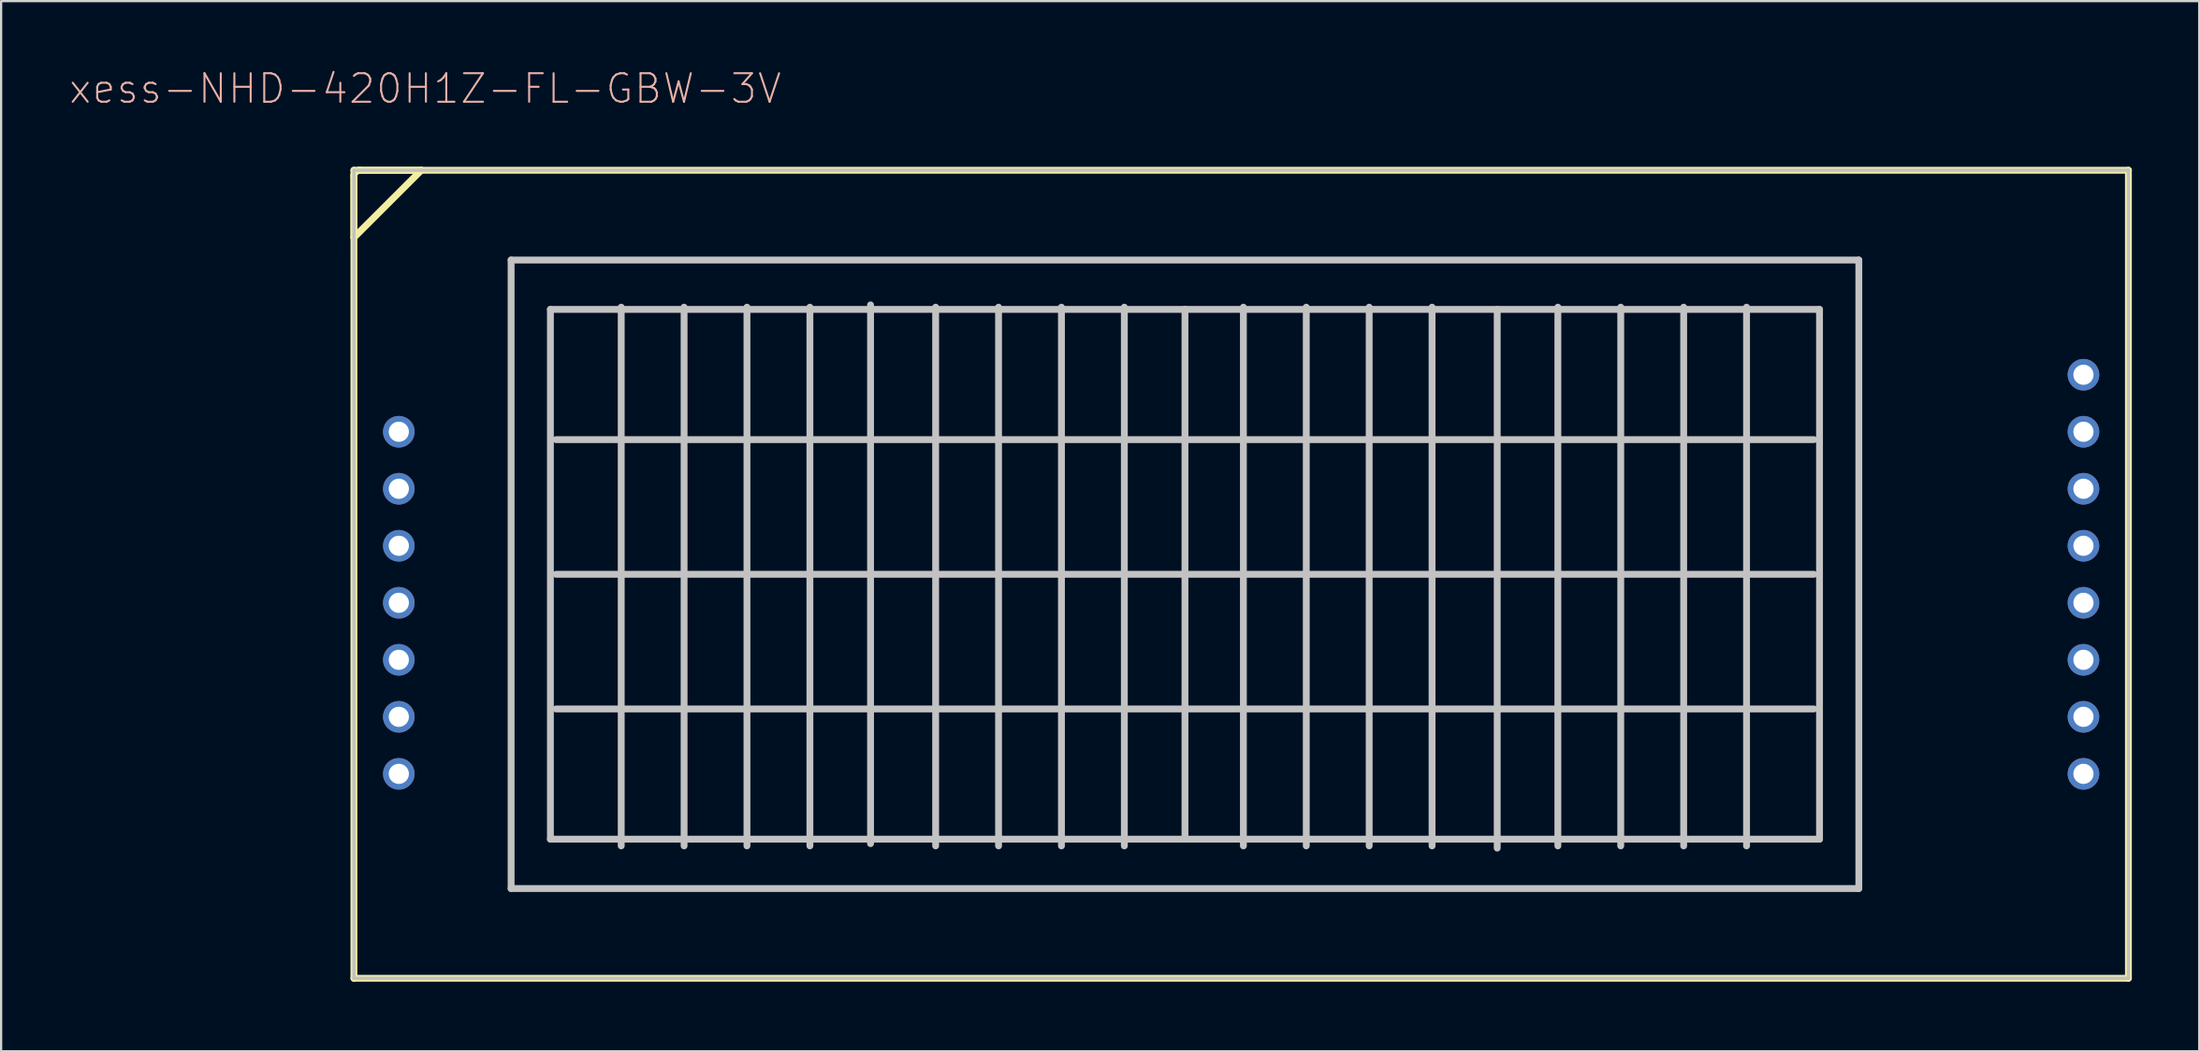
<source format=kicad_pcb>
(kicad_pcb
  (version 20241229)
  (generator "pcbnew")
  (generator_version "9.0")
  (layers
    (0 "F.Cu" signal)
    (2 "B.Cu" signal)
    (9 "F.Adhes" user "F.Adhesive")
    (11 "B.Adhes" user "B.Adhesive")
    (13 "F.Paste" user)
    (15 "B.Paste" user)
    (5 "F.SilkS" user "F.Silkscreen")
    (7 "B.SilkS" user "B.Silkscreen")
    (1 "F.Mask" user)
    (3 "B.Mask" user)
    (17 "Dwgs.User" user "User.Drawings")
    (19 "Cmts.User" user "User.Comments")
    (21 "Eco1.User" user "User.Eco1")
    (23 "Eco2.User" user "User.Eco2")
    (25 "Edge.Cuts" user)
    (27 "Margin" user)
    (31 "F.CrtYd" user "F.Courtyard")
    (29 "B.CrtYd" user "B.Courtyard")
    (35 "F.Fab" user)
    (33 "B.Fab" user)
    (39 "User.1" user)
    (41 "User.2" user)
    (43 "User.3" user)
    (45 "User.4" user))
  (footprint "xess-NHD-420H1Z-FL-GBW-3V"
    (layer "F.Cu")
    (at 12.706 40.533)
    (property "Reference" "xess-NHD-420H1Z-FL-GBW-3V" (at 3.175 -39.634 0) (layer "B.SilkS") (effects (font (size 1.27 1.27) (thickness 0.089))))
    (attr exclude_from_pos_files exclude_from_bom)
    (fp_line (start 0 -35.999) (end 0 0) (stroke (width 0.305) (type solid)) (layer "F.SilkS"))
    (fp_line (start 0 -35.745) (end 0 -33) (stroke (width 0.305) (type solid)) (layer "F.SilkS"))
    (fp_line (start 0 -33) (end 3 -35.999) (stroke (width 0.305) (type solid)) (layer "F.SilkS"))
    (fp_line (start 0 0) (end 78.999 0) (stroke (width 0.305) (type solid)) (layer "F.SilkS"))
    (fp_line (start 0.008 -35.811) (end 0 -35.745) (stroke (width 0.305) (type solid)) (layer "F.SilkS"))
    (fp_line (start 0.033 -35.872) (end 0.008 -35.811) (stroke (width 0.305) (type solid)) (layer "F.SilkS"))
    (fp_line (start 0.074 -35.923) (end 0.033 -35.872) (stroke (width 0.305) (type solid)) (layer "F.SilkS"))
    (fp_line (start 0.127 -35.964) (end 0.074 -35.923) (stroke (width 0.305) (type solid)) (layer "F.SilkS"))
    (fp_line (start 0.188 -35.989) (end 0.127 -35.964) (stroke (width 0.305) (type solid)) (layer "F.SilkS"))
    (fp_line (start 0.254 -35.999) (end 0.188 -35.989) (stroke (width 0.305) (type solid)) (layer "F.SilkS"))
    (fp_line (start 3 -35.999) (end 0.254 -35.999) (stroke (width 0.305) (type solid)) (layer "F.SilkS"))
    (fp_line (start 78.999 -35.999) (end 0 -35.999) (stroke (width 0.305) (type solid)) (layer "F.SilkS"))
    (fp_line (start 78.999 0) (end 78.999 -35.999) (stroke (width 0.305) (type solid)) (layer "F.SilkS"))
    (fp_line (start 0 -35.999) (end 0 0) (stroke (width 0.15) (type solid)) (layer "Dwgs.User"))
    (fp_line (start 0 0) (end 78.999 0) (stroke (width 0.15) (type solid)) (layer "Dwgs.User"))
    (fp_line (start 6.998 -31.999) (end 6.998 -3.998) (stroke (width 0.305) (type solid)) (layer "Dwgs.User"))
    (fp_line (start 6.998 -3.998) (end 66.998 -3.998) (stroke (width 0.305) (type solid)) (layer "Dwgs.User"))
    (fp_line (start 8.748 -29.799) (end 8.748 -6.198) (stroke (width 0.305) (type solid)) (layer "Dwgs.User"))
    (fp_line (start 8.748 -6.198) (end 36.998 -6.198) (stroke (width 0.305) (type solid)) (layer "Dwgs.User"))
    (fp_line (start 8.999 -23.998) (end 64.999 -23.998) (stroke (width 0.305) (type solid)) (layer "Dwgs.User"))
    (fp_line (start 8.999 -17.998) (end 64.999 -17.998) (stroke (width 0.305) (type solid)) (layer "Dwgs.User"))
    (fp_line (start 8.999 -11.999) (end 64.999 -11.999) (stroke (width 0.305) (type solid)) (layer "Dwgs.User"))
    (fp_line (start 11.9 -29.898) (end 11.9 -5.898) (stroke (width 0.305) (type solid)) (layer "Dwgs.User"))
    (fp_line (start 14.699 -29.898) (end 14.699 -5.898) (stroke (width 0.305) (type solid)) (layer "Dwgs.User"))
    (fp_line (start 17.498 -29.898) (end 17.498 -5.898) (stroke (width 0.305) (type solid)) (layer "Dwgs.User"))
    (fp_line (start 20.3 -29.898) (end 20.3 -5.898) (stroke (width 0.305) (type solid)) (layer "Dwgs.User"))
    (fp_line (start 23 -30) (end 23 -5.999) (stroke (width 0.305) (type solid)) (layer "Dwgs.User"))
    (fp_line (start 25.898 -29.898) (end 25.898 -5.898) (stroke (width 0.305) (type solid)) (layer "Dwgs.User"))
    (fp_line (start 28.699 -29.898) (end 28.699 -5.898) (stroke (width 0.305) (type solid)) (layer "Dwgs.User"))
    (fp_line (start 31.499 -29.898) (end 31.499 -5.898) (stroke (width 0.305) (type solid)) (layer "Dwgs.User"))
    (fp_line (start 34.298 -29.898) (end 34.298 -5.898) (stroke (width 0.305) (type solid)) (layer "Dwgs.User"))
    (fp_line (start 36.998 -29.799) (end 8.748 -29.799) (stroke (width 0.305) (type solid)) (layer "Dwgs.User"))
    (fp_line (start 36.998 -29.799) (end 36.998 -6.198) (stroke (width 0.305) (type solid)) (layer "Dwgs.User"))
    (fp_line (start 36.998 -6.198) (end 65.248 -6.198) (stroke (width 0.305) (type solid)) (layer "Dwgs.User"))
    (fp_line (start 39.599 -5.898) (end 39.599 -29.898) (stroke (width 0.305) (type solid)) (layer "Dwgs.User"))
    (fp_line (start 42.398 -5.898) (end 42.398 -29.898) (stroke (width 0.305) (type solid)) (layer "Dwgs.User"))
    (fp_line (start 45.199 -5.898) (end 45.199 -29.898) (stroke (width 0.305) (type solid)) (layer "Dwgs.User"))
    (fp_line (start 47.998 -5.898) (end 47.998 -29.898) (stroke (width 0.305) (type solid)) (layer "Dwgs.User"))
    (fp_line (start 50.899 -5.799) (end 50.899 -29.799) (stroke (width 0.305) (type solid)) (layer "Dwgs.User"))
    (fp_line (start 53.599 -5.898) (end 53.599 -29.898) (stroke (width 0.305) (type solid)) (layer "Dwgs.User"))
    (fp_line (start 56.398 -5.898) (end 56.398 -29.898) (stroke (width 0.305) (type solid)) (layer "Dwgs.User"))
    (fp_line (start 59.2 -5.898) (end 59.2 -29.898) (stroke (width 0.305) (type solid)) (layer "Dwgs.User"))
    (fp_line (start 61.999 -5.898) (end 61.999 -29.898) (stroke (width 0.305) (type solid)) (layer "Dwgs.User"))
    (fp_line (start 65.248 -29.799) (end 36.998 -29.799) (stroke (width 0.305) (type solid)) (layer "Dwgs.User"))
    (fp_line (start 65.248 -6.198) (end 65.248 -29.799) (stroke (width 0.305) (type solid)) (layer "Dwgs.User"))
    (fp_line (start 66.998 -31.999) (end 6.998 -31.999) (stroke (width 0.305) (type solid)) (layer "Dwgs.User"))
    (fp_line (start 66.998 -3.998) (end 66.998 -31.999) (stroke (width 0.305) (type solid)) (layer "Dwgs.User"))
    (fp_line (start 78.999 -35.999) (end 0 -35.999) (stroke (width 0.15) (type solid)) (layer "Dwgs.User"))
    (fp_line (start 78.999 0) (end 78.999 -35.999) (stroke (width 0.15) (type solid)) (layer "Dwgs.User"))
    (pad "1" thru_hole rect (at 1.999 -26.888) (size 0.001 0.001) (drill 0.899) (layers "*.Cu" "*.Mask"))
    (pad "2" thru_hole circle (at 1.999 -24.348) (size 1.407 1.407) (drill 0.899) (layers "*.Cu" "*.Mask"))
    (pad "3" thru_hole circle (at 1.999 -21.808) (size 1.407 1.407) (drill 0.899) (layers "*.Cu" "*.Mask"))
    (pad "4" thru_hole circle (at 1.999 -19.268) (size 1.407 1.407) (drill 0.899) (layers "*.Cu" "*.Mask"))
    (pad "5" thru_hole circle (at 1.999 -16.728) (size 1.407 1.407) (drill 0.899) (layers "*.Cu" "*.Mask"))
    (pad "6" thru_hole circle (at 1.999 -14.188) (size 1.407 1.407) (drill 0.899) (layers "*.Cu" "*.Mask"))
    (pad "7" thru_hole circle (at 1.999 -11.648) (size 1.407 1.407) (drill 0.899) (layers "*.Cu" "*.Mask"))
    (pad "8" thru_hole circle (at 1.999 -9.108) (size 1.407 1.407) (drill 0.899) (layers "*.Cu" "*.Mask"))
    (pad "9" thru_hole circle (at 76.998 -26.888) (size 1.407 1.407) (drill 0.899) (layers "*.Cu" "*.Mask"))
    (pad "10" thru_hole circle (at 76.998 -24.348) (size 1.407 1.407) (drill 0.899) (layers "*.Cu" "*.Mask"))
    (pad "11" thru_hole circle (at 76.998 -21.808) (size 1.407 1.407) (drill 0.899) (layers "*.Cu" "*.Mask"))
    (pad "12" thru_hole circle (at 76.998 -19.268) (size 1.407 1.407) (drill 0.899) (layers "*.Cu" "*.Mask"))
    (pad "13" thru_hole circle (at 76.998 -16.728) (size 1.407 1.407) (drill 0.899) (layers "*.Cu" "*.Mask"))
    (pad "14" thru_hole circle (at 76.998 -14.188) (size 1.407 1.407) (drill 0.899) (layers "*.Cu" "*.Mask"))
    (pad "15" thru_hole circle (at 76.998 -11.648) (size 1.407 1.407) (drill 0.899) (layers "*.Cu" "*.Mask"))
    (pad "16" thru_hole circle (at 76.998 -9.108) (size 1.407 1.407) (drill 0.899) (layers "*.Cu" "*.Mask")))
  (gr_rect
    (start -3 -3)
    (end 94.858 43.783)
    (stroke (width 0.1) (type default))
    (fill no)
    (layer "Edge.Cuts")))
</source>
